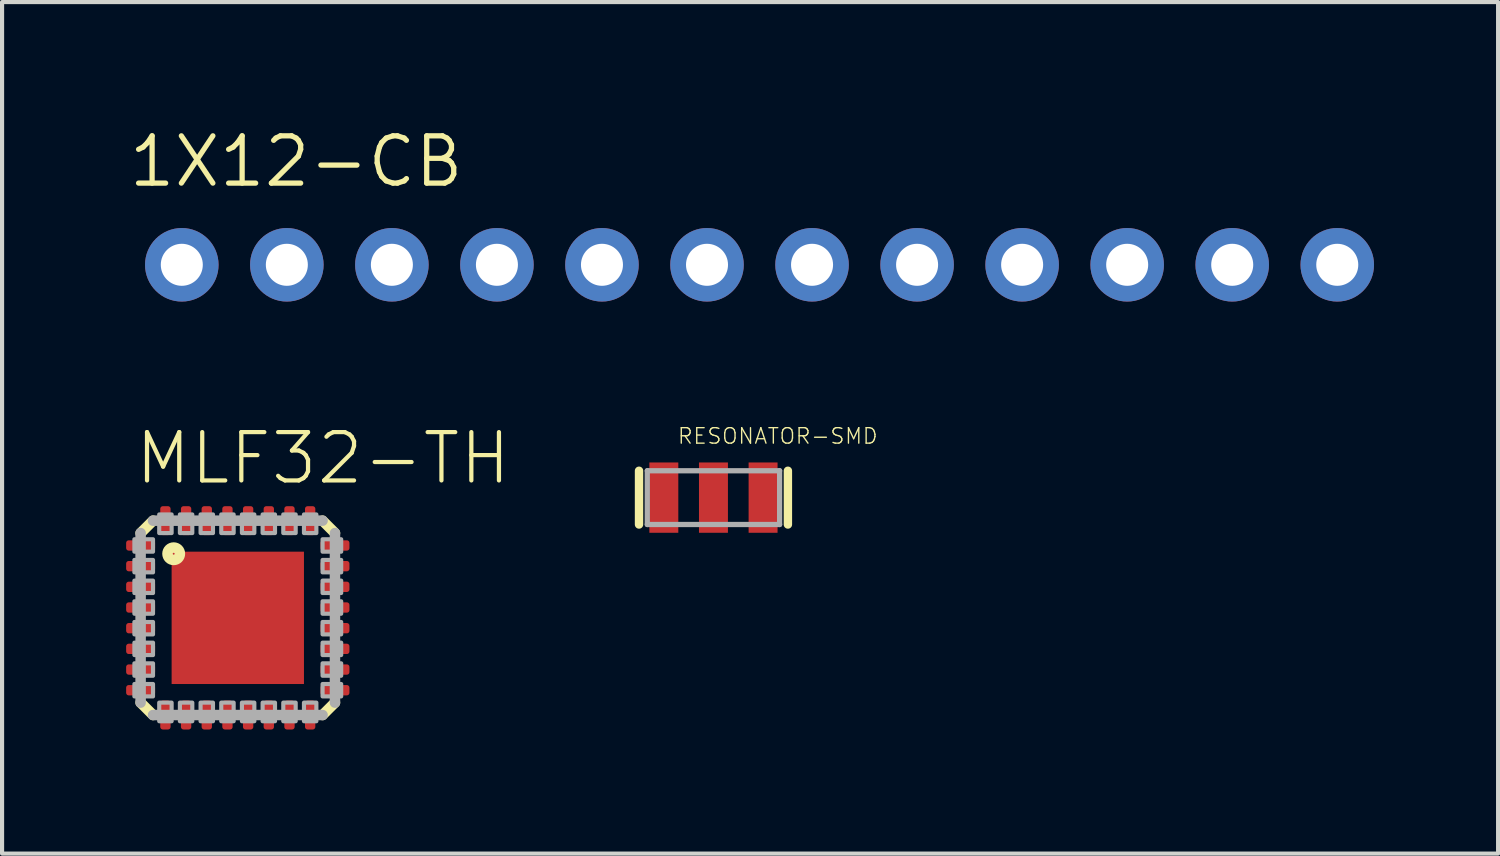
<source format=kicad_pcb>
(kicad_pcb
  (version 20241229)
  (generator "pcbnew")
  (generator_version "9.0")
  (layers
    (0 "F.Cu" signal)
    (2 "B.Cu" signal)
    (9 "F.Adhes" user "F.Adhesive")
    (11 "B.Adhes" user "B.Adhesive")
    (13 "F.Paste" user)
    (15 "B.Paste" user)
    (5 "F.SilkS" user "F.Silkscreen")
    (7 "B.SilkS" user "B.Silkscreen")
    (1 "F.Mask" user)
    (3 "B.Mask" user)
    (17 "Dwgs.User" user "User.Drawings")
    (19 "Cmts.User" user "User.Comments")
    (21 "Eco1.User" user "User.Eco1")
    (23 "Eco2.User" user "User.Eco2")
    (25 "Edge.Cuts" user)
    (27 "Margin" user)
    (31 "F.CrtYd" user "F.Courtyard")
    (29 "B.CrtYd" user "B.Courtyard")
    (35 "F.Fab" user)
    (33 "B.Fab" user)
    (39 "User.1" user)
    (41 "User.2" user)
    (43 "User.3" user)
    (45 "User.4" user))
  (footprint "RESONATOR-SMD"
    (layer "F.Cu")
    (at 14.202 8.983)
    (property "Reference" "RESONATOR-SMD" (at -0.889 -1.27 0) (layer "F.SilkS") (effects (font (size 0.374 0.374) (thickness 0.033)) (justify left bottom)))
    (fp_line (start -1.8 0.65) (end -1.8 -0.65) (stroke (width 0.203) (type solid)) (layer "F.SilkS"))
    (fp_line (start 1.8 -0.65) (end 1.8 0.65) (stroke (width 0.203) (type solid)) (layer "F.SilkS"))
    (fp_line (start -1.6 -0.65) (end 1.6 -0.65) (stroke (width 0.127) (type solid)) (layer "F.Fab"))
    (fp_line (start -1.6 0.65) (end -1.6 -0.65) (stroke (width 0.127) (type solid)) (layer "F.Fab"))
    (fp_line (start 1.6 -0.65) (end 1.6 0.65) (stroke (width 0.127) (type solid)) (layer "F.Fab"))
    (fp_line (start 1.6 0.65) (end -1.6 0.65) (stroke (width 0.127) (type solid)) (layer "F.Fab"))
    (pad "1" smd rect (at -1.2 0) (size 0.7 1.7) (layers "F.Cu" "F.Mask" "F.Paste"))
    (pad "2" smd rect (at 0 0) (size 0.7 1.7) (layers "F.Cu" "F.Mask" "F.Paste"))
    (pad "3" smd rect (at 1.2 0) (size 0.7 1.7) (layers "F.Cu" "F.Mask" "F.Paste")))
  (footprint "1X12-CB"
    (layer "F.Cu")
    (at 15.316 3.353)
    (property "Reference" "1X12-CB" (at -15.316 -1.829 0) (layer "F.SilkS") (effects (font (size 1.143 1.143) (thickness 0.127)) (justify left bottom)))
    (fp_poly (pts (xy -14.224 0.254) (xy -13.716 0.254) (xy -13.716 -0.254) (xy -14.224 -0.254)) (stroke (width 0.1) (type default)) (fill no) (layer "F.Fab"))
    (fp_poly (pts (xy -11.684 0.254) (xy -11.176 0.254) (xy -11.176 -0.254) (xy -11.684 -0.254)) (stroke (width 0.1) (type default)) (fill no) (layer "F.Fab"))
    (fp_poly (pts (xy -9.144 0.254) (xy -8.636 0.254) (xy -8.636 -0.254) (xy -9.144 -0.254)) (stroke (width 0.1) (type default)) (fill no) (layer "F.Fab"))
    (fp_poly (pts (xy -6.604 0.254) (xy -6.096 0.254) (xy -6.096 -0.254) (xy -6.604 -0.254)) (stroke (width 0.1) (type default)) (fill no) (layer "F.Fab"))
    (fp_poly (pts (xy -4.064 0.254) (xy -3.556 0.254) (xy -3.556 -0.254) (xy -4.064 -0.254)) (stroke (width 0.1) (type default)) (fill no) (layer "F.Fab"))
    (fp_poly (pts (xy -1.524 0.254) (xy -1.016 0.254) (xy -1.016 -0.254) (xy -1.524 -0.254)) (stroke (width 0.1) (type default)) (fill no) (layer "F.Fab"))
    (fp_poly (pts (xy 1.016 0.254) (xy 1.524 0.254) (xy 1.524 -0.254) (xy 1.016 -0.254)) (stroke (width 0.1) (type default)) (fill no) (layer "F.Fab"))
    (fp_poly (pts (xy 3.556 0.254) (xy 4.064 0.254) (xy 4.064 -0.254) (xy 3.556 -0.254)) (stroke (width 0.1) (type default)) (fill no) (layer "F.Fab"))
    (fp_poly (pts (xy 6.096 0.254) (xy 6.604 0.254) (xy 6.604 -0.254) (xy 6.096 -0.254)) (stroke (width 0.1) (type default)) (fill no) (layer "F.Fab"))
    (fp_poly (pts (xy 8.636 0.254) (xy 9.144 0.254) (xy 9.144 -0.254) (xy 8.636 -0.254)) (stroke (width 0.1) (type default)) (fill no) (layer "F.Fab"))
    (fp_poly (pts (xy 11.176 0.254) (xy 11.684 0.254) (xy 11.684 -0.254) (xy 11.176 -0.254)) (stroke (width 0.1) (type default)) (fill no) (layer "F.Fab"))
    (fp_poly (pts (xy 13.716 0.254) (xy 14.224 0.254) (xy 14.224 -0.254) (xy 13.716 -0.254)) (stroke (width 0.1) (type default)) (fill no) (layer "F.Fab"))
    (pad "1" thru_hole circle (at -13.97 0 90) (size 1.778 1.778) (drill 1.016) (layers "*.Cu" "*.Mask"))
    (pad "2" thru_hole circle (at -11.43 0 90) (size 1.778 1.778) (drill 1.016) (layers "*.Cu" "*.Mask"))
    (pad "3" thru_hole circle (at -8.89 0 90) (size 1.778 1.778) (drill 1.016) (layers "*.Cu" "*.Mask"))
    (pad "4" thru_hole circle (at -6.35 0 90) (size 1.778 1.778) (drill 1.016) (layers "*.Cu" "*.Mask"))
    (pad "5" thru_hole circle (at -3.81 0 90) (size 1.778 1.778) (drill 1.016) (layers "*.Cu" "*.Mask"))
    (pad "6" thru_hole circle (at -1.27 0 90) (size 1.778 1.778) (drill 1.016) (layers "*.Cu" "*.Mask"))
    (pad "7" thru_hole circle (at 1.27 0 90) (size 1.778 1.778) (drill 1.016) (layers "*.Cu" "*.Mask"))
    (pad "8" thru_hole circle (at 3.81 0 90) (size 1.778 1.778) (drill 1.016) (layers "*.Cu" "*.Mask"))
    (pad "9" thru_hole circle (at 6.35 0 90) (size 1.778 1.778) (drill 1.016) (layers "*.Cu" "*.Mask"))
    (pad "10" thru_hole circle (at 8.89 0 90) (size 1.778 1.778) (drill 1.016) (layers "*.Cu" "*.Mask"))
    (pad "11" thru_hole circle (at 11.43 0 90) (size 1.778 1.778) (drill 1.016) (layers "*.Cu" "*.Mask"))
    (pad "12" thru_hole circle (at 13.97 0 90) (size 1.778 1.778) (drill 1.016) (layers "*.Cu" "*.Mask")))
  (footprint "MLF32-TH"
    (layer "F.Cu")
    (at 2.7 11.89)
    (property "Reference" "MLF32-TH" (at -2.54 -3.175 0) (layer "F.SilkS") (effects (font (size 1.168 1.168) (thickness 0.102)) (justify left bottom)))
    (fp_line (start -2.35 -2.05) (end -2.05 -2.35) (stroke (width 0.254) (type solid)) (layer "F.SilkS"))
    (fp_line (start -2.05 2.35) (end -2.35 2.05) (stroke (width 0.254) (type solid)) (layer "F.SilkS"))
    (fp_line (start 2.05 -2.35) (end 2.35 -2.05) (stroke (width 0.254) (type solid)) (layer "F.SilkS"))
    (fp_line (start 2.35 2.05) (end 2.05 2.35) (stroke (width 0.254) (type solid)) (layer "F.SilkS"))
    (fp_circle (center -1.55 -1.55) (end -1.4 -1.55) (stroke (width 0.254) (type solid)) (fill no) (layer "F.SilkS"))
    (fp_line (start -2.35 2.05) (end -2.35 -2.05) (stroke (width 0.254) (type solid)) (layer "F.Fab"))
    (fp_line (start -2.05 -2.35) (end 2.05 -2.35) (stroke (width 0.254) (type solid)) (layer "F.Fab"))
    (fp_line (start 2.05 2.35) (end -2.05 2.35) (stroke (width 0.254) (type solid)) (layer "F.Fab"))
    (fp_line (start 2.35 -2.05) (end 2.35 2.05) (stroke (width 0.254) (type solid)) (layer "F.Fab"))
    (fp_poly (pts (xy -2.5 -1.6) (xy -2.05 -1.6) (xy -2.05 -1.9) (xy -2.5 -1.9)) (stroke (width 0.1) (type default)) (fill no) (layer "F.Fab"))
    (fp_poly (pts (xy -2.5 -1.1) (xy -2.05 -1.1) (xy -2.05 -1.4) (xy -2.5 -1.4)) (stroke (width 0.1) (type default)) (fill no) (layer "F.Fab"))
    (fp_poly (pts (xy -2.5 -0.6) (xy -2.05 -0.6) (xy -2.05 -0.9) (xy -2.5 -0.9)) (stroke (width 0.1) (type default)) (fill no) (layer "F.Fab"))
    (fp_poly (pts (xy -2.5 -0.1) (xy -2.05 -0.1) (xy -2.05 -0.4) (xy -2.5 -0.4)) (stroke (width 0.1) (type default)) (fill no) (layer "F.Fab"))
    (fp_poly (pts (xy -2.5 0.4) (xy -2.05 0.4) (xy -2.05 0.1) (xy -2.5 0.1)) (stroke (width 0.1) (type default)) (fill no) (layer "F.Fab"))
    (fp_poly (pts (xy -2.5 0.9) (xy -2.05 0.9) (xy -2.05 0.6) (xy -2.5 0.6)) (stroke (width 0.1) (type default)) (fill no) (layer "F.Fab"))
    (fp_poly (pts (xy -2.5 1.4) (xy -2.05 1.4) (xy -2.05 1.1) (xy -2.5 1.1)) (stroke (width 0.1) (type default)) (fill no) (layer "F.Fab"))
    (fp_poly (pts (xy -2.5 1.9) (xy -2.05 1.9) (xy -2.05 1.6) (xy -2.5 1.6)) (stroke (width 0.1) (type default)) (fill no) (layer "F.Fab"))
    (fp_poly (pts (xy -1.9 -2.05) (xy -1.6 -2.05) (xy -1.6 -2.5) (xy -1.9 -2.5)) (stroke (width 0.1) (type default)) (fill no) (layer "F.Fab"))
    (fp_poly (pts (xy -1.9 2.5) (xy -1.6 2.5) (xy -1.6 2.05) (xy -1.9 2.05)) (stroke (width 0.1) (type default)) (fill no) (layer "F.Fab"))
    (fp_poly (pts (xy -1.4 -2.05) (xy -1.1 -2.05) (xy -1.1 -2.5) (xy -1.4 -2.5)) (stroke (width 0.1) (type default)) (fill no) (layer "F.Fab"))
    (fp_poly (pts (xy -1.4 2.5) (xy -1.1 2.5) (xy -1.1 2.05) (xy -1.4 2.05)) (stroke (width 0.1) (type default)) (fill no) (layer "F.Fab"))
    (fp_poly (pts (xy -0.9 -2.05) (xy -0.6 -2.05) (xy -0.6 -2.5) (xy -0.9 -2.5)) (stroke (width 0.1) (type default)) (fill no) (layer "F.Fab"))
    (fp_poly (pts (xy -0.9 2.5) (xy -0.6 2.5) (xy -0.6 2.05) (xy -0.9 2.05)) (stroke (width 0.1) (type default)) (fill no) (layer "F.Fab"))
    (fp_poly (pts (xy -0.4 -2.05) (xy -0.1 -2.05) (xy -0.1 -2.5) (xy -0.4 -2.5)) (stroke (width 0.1) (type default)) (fill no) (layer "F.Fab"))
    (fp_poly (pts (xy -0.4 2.5) (xy -0.1 2.5) (xy -0.1 2.05) (xy -0.4 2.05)) (stroke (width 0.1) (type default)) (fill no) (layer "F.Fab"))
    (fp_poly (pts (xy 0.1 -2.05) (xy 0.4 -2.05) (xy 0.4 -2.5) (xy 0.1 -2.5)) (stroke (width 0.1) (type default)) (fill no) (layer "F.Fab"))
    (fp_poly (pts (xy 0.1 2.5) (xy 0.4 2.5) (xy 0.4 2.05) (xy 0.1 2.05)) (stroke (width 0.1) (type default)) (fill no) (layer "F.Fab"))
    (fp_poly (pts (xy 0.6 -2.05) (xy 0.9 -2.05) (xy 0.9 -2.5) (xy 0.6 -2.5)) (stroke (width 0.1) (type default)) (fill no) (layer "F.Fab"))
    (fp_poly (pts (xy 0.6 2.5) (xy 0.9 2.5) (xy 0.9 2.05) (xy 0.6 2.05)) (stroke (width 0.1) (type default)) (fill no) (layer "F.Fab"))
    (fp_poly (pts (xy 1.1 -2.05) (xy 1.4 -2.05) (xy 1.4 -2.5) (xy 1.1 -2.5)) (stroke (width 0.1) (type default)) (fill no) (layer "F.Fab"))
    (fp_poly (pts (xy 1.1 2.5) (xy 1.4 2.5) (xy 1.4 2.05) (xy 1.1 2.05)) (stroke (width 0.1) (type default)) (fill no) (layer "F.Fab"))
    (fp_poly (pts (xy 1.6 -2.05) (xy 1.9 -2.05) (xy 1.9 -2.5) (xy 1.6 -2.5)) (stroke (width 0.1) (type default)) (fill no) (layer "F.Fab"))
    (fp_poly (pts (xy 1.6 2.5) (xy 1.9 2.5) (xy 1.9 2.05) (xy 1.6 2.05)) (stroke (width 0.1) (type default)) (fill no) (layer "F.Fab"))
    (fp_poly (pts (xy 2.05 -1.6) (xy 2.5 -1.6) (xy 2.5 -1.9) (xy 2.05 -1.9)) (stroke (width 0.1) (type default)) (fill no) (layer "F.Fab"))
    (fp_poly (pts (xy 2.05 -1.1) (xy 2.5 -1.1) (xy 2.5 -1.4) (xy 2.05 -1.4)) (stroke (width 0.1) (type default)) (fill no) (layer "F.Fab"))
    (fp_poly (pts (xy 2.05 -0.6) (xy 2.5 -0.6) (xy 2.5 -0.9) (xy 2.05 -0.9)) (stroke (width 0.1) (type default)) (fill no) (layer "F.Fab"))
    (fp_poly (pts (xy 2.05 -0.1) (xy 2.5 -0.1) (xy 2.5 -0.4) (xy 2.05 -0.4)) (stroke (width 0.1) (type default)) (fill no) (layer "F.Fab"))
    (fp_poly (pts (xy 2.05 0.4) (xy 2.5 0.4) (xy 2.5 0.1) (xy 2.05 0.1)) (stroke (width 0.1) (type default)) (fill no) (layer "F.Fab"))
    (fp_poly (pts (xy 2.05 0.9) (xy 2.5 0.9) (xy 2.5 0.6) (xy 2.05 0.6)) (stroke (width 0.1) (type default)) (fill no) (layer "F.Fab"))
    (fp_poly (pts (xy 2.05 1.4) (xy 2.5 1.4) (xy 2.5 1.1) (xy 2.05 1.1)) (stroke (width 0.1) (type default)) (fill no) (layer "F.Fab"))
    (fp_poly (pts (xy 2.05 1.9) (xy 2.5 1.9) (xy 2.5 1.6) (xy 2.05 1.6)) (stroke (width 0.1) (type default)) (fill no) (layer "F.Fab"))
    (pad "1" smd roundrect (at -2.35 -1.75) (size 0.7 0.25) (layers "F.Cu" "F.Mask" "F.Paste") (roundrect_rratio 0.25))
    (pad "2" smd roundrect (at -2.35 -1.25) (size 0.7 0.25) (layers "F.Cu" "F.Mask" "F.Paste") (roundrect_rratio 0.25))
    (pad "3" smd roundrect (at -2.35 -0.75) (size 0.7 0.25) (layers "F.Cu" "F.Mask" "F.Paste") (roundrect_rratio 0.25))
    (pad "4" smd roundrect (at -2.35 -0.25) (size 0.7 0.25) (layers "F.Cu" "F.Mask" "F.Paste") (roundrect_rratio 0.25))
    (pad "5" smd roundrect (at -2.35 0.25) (size 0.7 0.25) (layers "F.Cu" "F.Mask" "F.Paste") (roundrect_rratio 0.25))
    (pad "6" smd roundrect (at -2.35 0.75) (size 0.7 0.25) (layers "F.Cu" "F.Mask" "F.Paste") (roundrect_rratio 0.25))
    (pad "7" smd roundrect (at -2.35 1.25) (size 0.7 0.25) (layers "F.Cu" "F.Mask" "F.Paste") (roundrect_rratio 0.25))
    (pad "8" smd roundrect (at -2.35 1.75) (size 0.7 0.25) (layers "F.Cu" "F.Mask" "F.Paste") (roundrect_rratio 0.25))
    (pad "9" smd roundrect (at -1.75 2.35) (size 0.25 0.7) (layers "F.Cu" "F.Mask" "F.Paste") (roundrect_rratio 0.25))
    (pad "10" smd roundrect (at -1.25 2.35) (size 0.25 0.7) (layers "F.Cu" "F.Mask" "F.Paste") (roundrect_rratio 0.25))
    (pad "11" smd roundrect (at -0.75 2.35) (size 0.25 0.7) (layers "F.Cu" "F.Mask" "F.Paste") (roundrect_rratio 0.25))
    (pad "12" smd roundrect (at -0.25 2.35) (size 0.25 0.7) (layers "F.Cu" "F.Mask" "F.Paste") (roundrect_rratio 0.25))
    (pad "13" smd roundrect (at 0.25 2.35) (size 0.25 0.7) (layers "F.Cu" "F.Mask" "F.Paste") (roundrect_rratio 0.25))
    (pad "14" smd roundrect (at 0.75 2.35) (size 0.25 0.7) (layers "F.Cu" "F.Mask" "F.Paste") (roundrect_rratio 0.25))
    (pad "15" smd roundrect (at 1.25 2.35) (size 0.25 0.7) (layers "F.Cu" "F.Mask" "F.Paste") (roundrect_rratio 0.25))
    (pad "16" smd roundrect (at 1.75 2.35) (size 0.25 0.7) (layers "F.Cu" "F.Mask" "F.Paste") (roundrect_rratio 0.25))
    (pad "17" smd roundrect (at 2.35 1.75) (size 0.7 0.25) (layers "F.Cu" "F.Mask" "F.Paste") (roundrect_rratio 0.25))
    (pad "18" smd roundrect (at 2.35 1.25) (size 0.7 0.25) (layers "F.Cu" "F.Mask" "F.Paste") (roundrect_rratio 0.25))
    (pad "19" smd roundrect (at 2.35 0.75) (size 0.7 0.25) (layers "F.Cu" "F.Mask" "F.Paste") (roundrect_rratio 0.25))
    (pad "20" smd roundrect (at 2.35 0.25) (size 0.7 0.25) (layers "F.Cu" "F.Mask" "F.Paste") (roundrect_rratio 0.25))
    (pad "21" smd roundrect (at 2.35 -0.25) (size 0.7 0.25) (layers "F.Cu" "F.Mask" "F.Paste") (roundrect_rratio 0.25))
    (pad "22" smd roundrect (at 2.35 -0.75) (size 0.7 0.25) (layers "F.Cu" "F.Mask" "F.Paste") (roundrect_rratio 0.25))
    (pad "23" smd roundrect (at 2.35 -1.25) (size 0.7 0.25) (layers "F.Cu" "F.Mask" "F.Paste") (roundrect_rratio 0.25))
    (pad "24" smd roundrect (at 2.35 -1.75) (size 0.7 0.25) (layers "F.Cu" "F.Mask" "F.Paste") (roundrect_rratio 0.25))
    (pad "25" smd roundrect (at 1.75 -2.35) (size 0.25 0.7) (layers "F.Cu" "F.Mask" "F.Paste") (roundrect_rratio 0.25))
    (pad "26" smd roundrect (at 1.25 -2.35) (size 0.25 0.7) (layers "F.Cu" "F.Mask" "F.Paste") (roundrect_rratio 0.25))
    (pad "27" smd roundrect (at 0.75 -2.35) (size 0.25 0.7) (layers "F.Cu" "F.Mask" "F.Paste") (roundrect_rratio 0.25))
    (pad "28" smd roundrect (at 0.25 -2.35) (size 0.25 0.7) (layers "F.Cu" "F.Mask" "F.Paste") (roundrect_rratio 0.25))
    (pad "29" smd roundrect (at -0.25 -2.35) (size 0.25 0.7) (layers "F.Cu" "F.Mask" "F.Paste") (roundrect_rratio 0.25))
    (pad "30" smd roundrect (at -0.75 -2.35) (size 0.25 0.7) (layers "F.Cu" "F.Mask" "F.Paste") (roundrect_rratio 0.25))
    (pad "31" smd roundrect (at -1.25 -2.35) (size 0.25 0.7) (layers "F.Cu" "F.Mask" "F.Paste") (roundrect_rratio 0.25))
    (pad "32" smd roundrect (at -1.75 -2.35) (size 0.25 0.7) (layers "F.Cu" "F.Mask" "F.Paste") (roundrect_rratio 0.25))
    (pad "TH" smd rect (at 0 0) (size 3.2 3.2) (layers "F.Cu" "F.Mask" "F.Paste")))
  (gr_rect
    (start -3 -3)
    (end 33.175 17.59)
    (stroke (width 0.1) (type default))
    (fill no)
    (layer "Edge.Cuts")))
</source>
